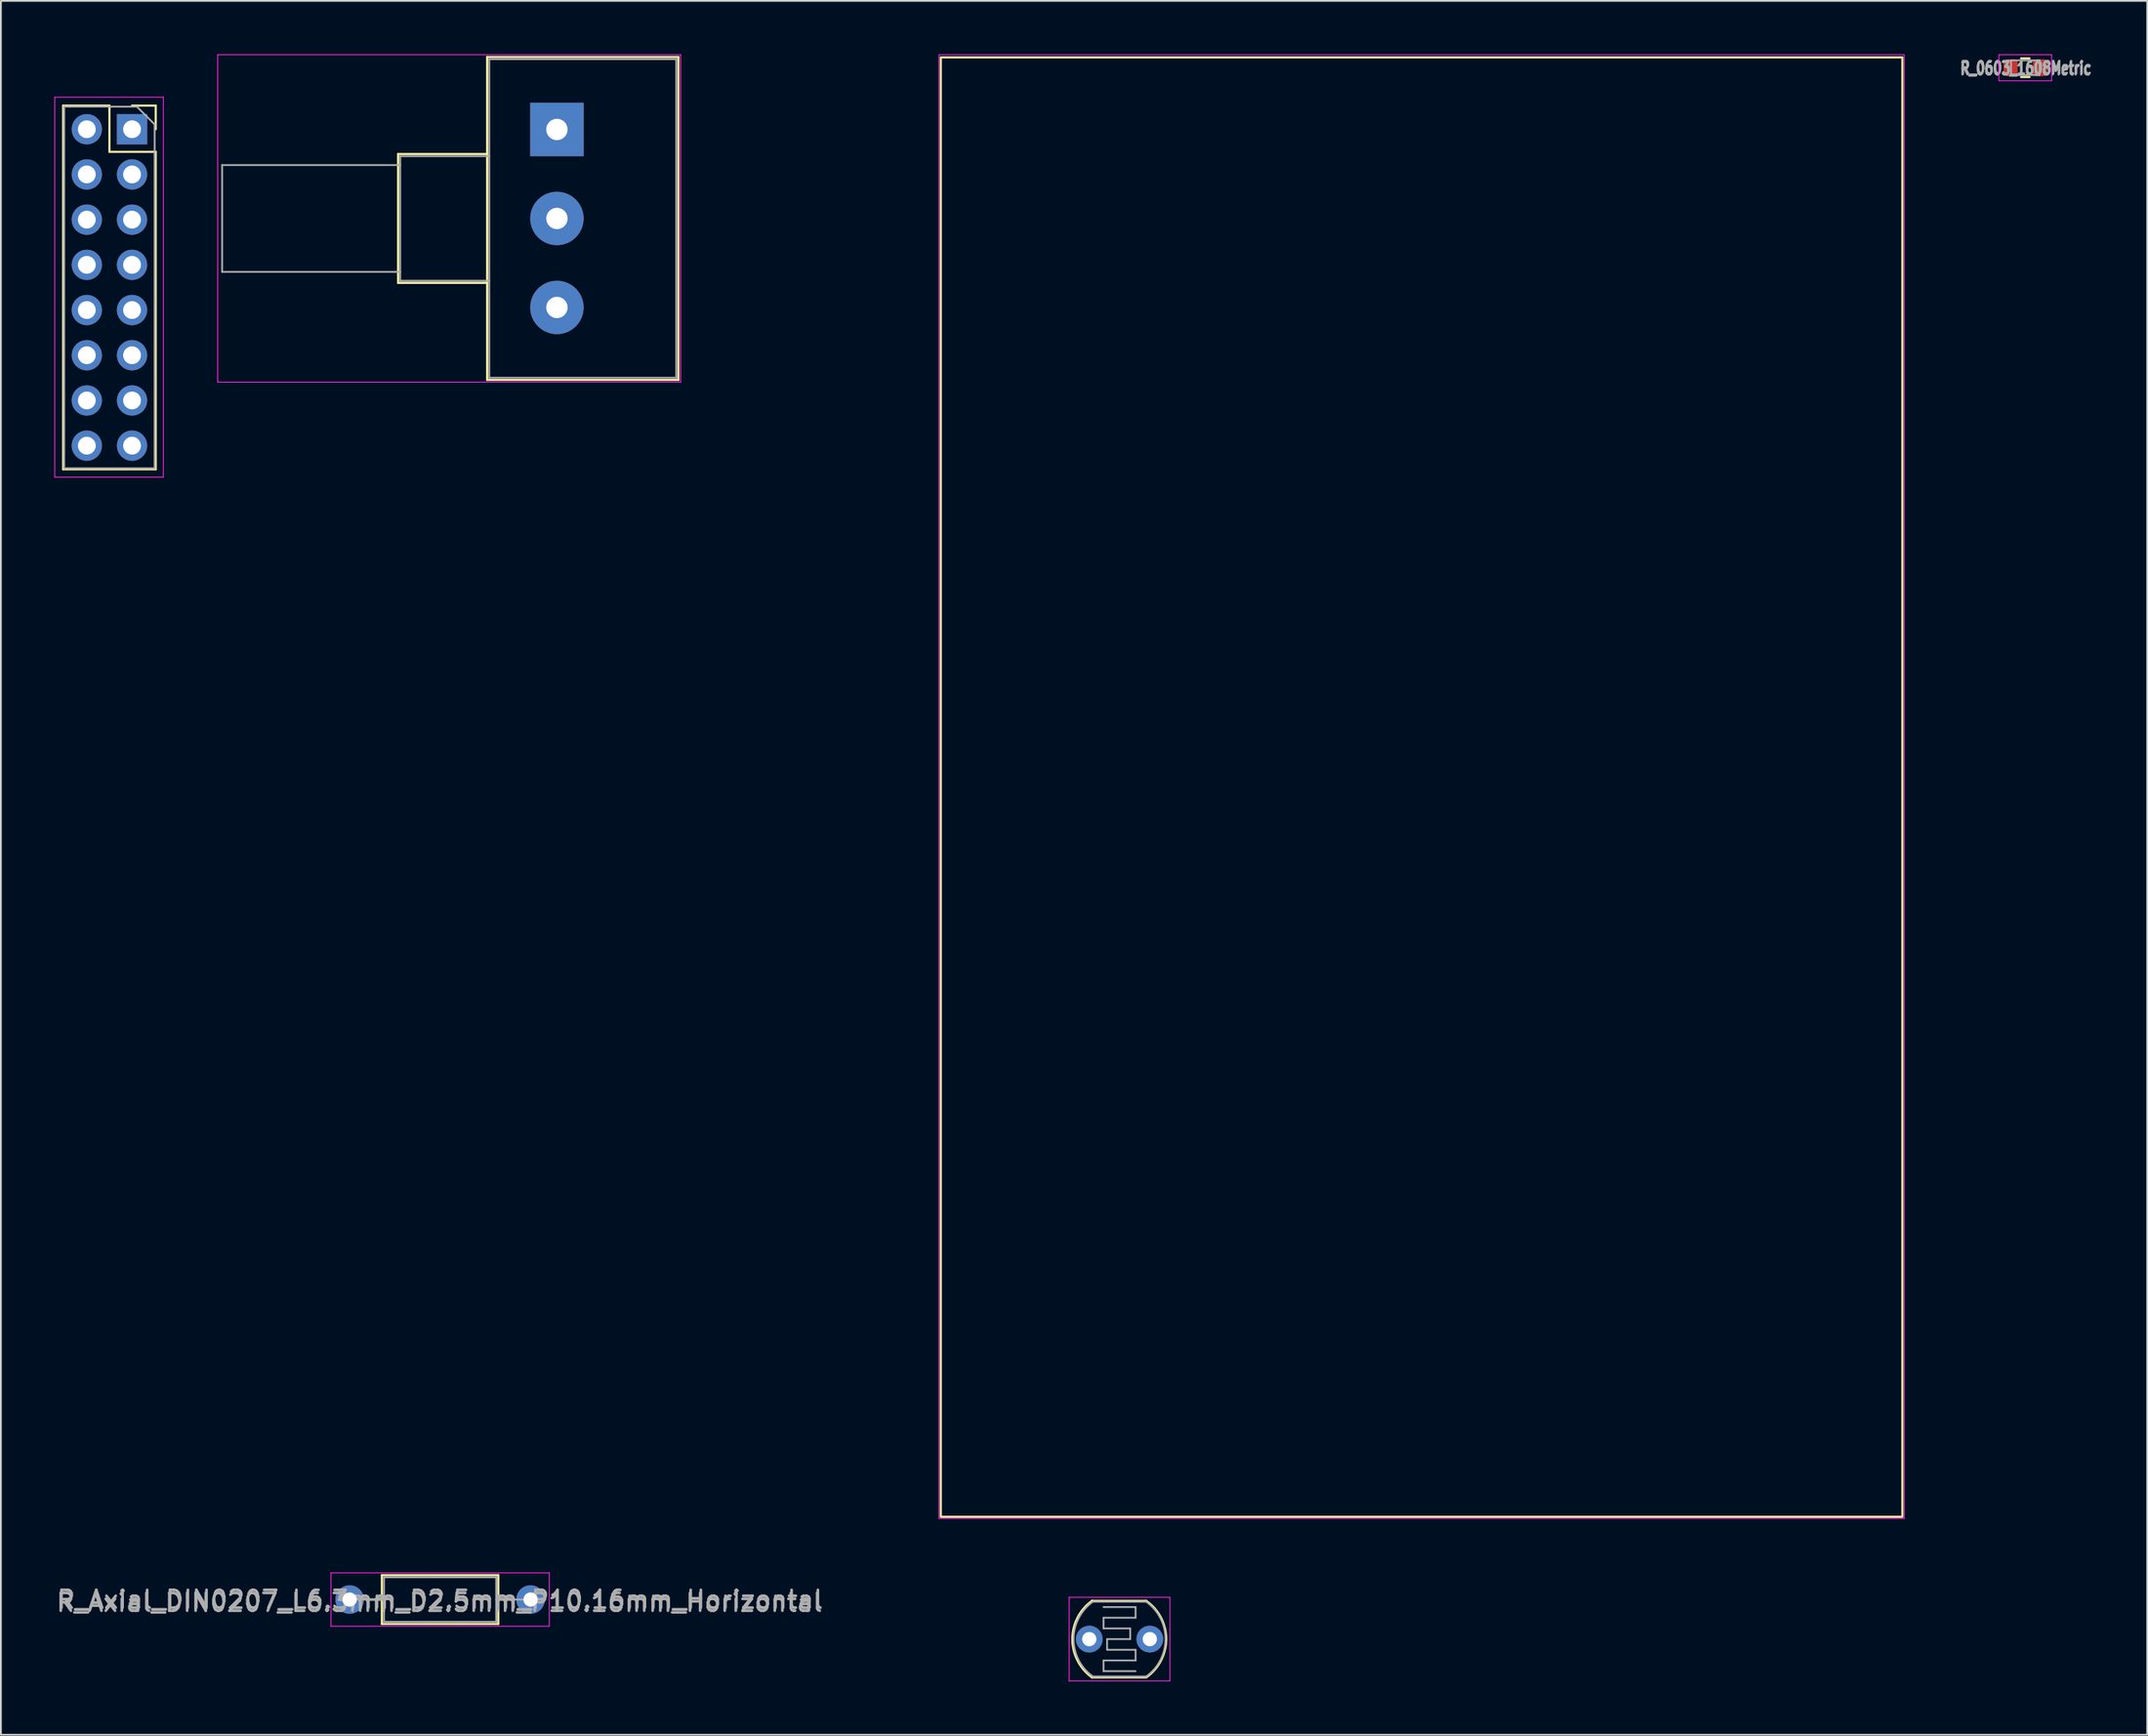
<source format=kicad_pcb>
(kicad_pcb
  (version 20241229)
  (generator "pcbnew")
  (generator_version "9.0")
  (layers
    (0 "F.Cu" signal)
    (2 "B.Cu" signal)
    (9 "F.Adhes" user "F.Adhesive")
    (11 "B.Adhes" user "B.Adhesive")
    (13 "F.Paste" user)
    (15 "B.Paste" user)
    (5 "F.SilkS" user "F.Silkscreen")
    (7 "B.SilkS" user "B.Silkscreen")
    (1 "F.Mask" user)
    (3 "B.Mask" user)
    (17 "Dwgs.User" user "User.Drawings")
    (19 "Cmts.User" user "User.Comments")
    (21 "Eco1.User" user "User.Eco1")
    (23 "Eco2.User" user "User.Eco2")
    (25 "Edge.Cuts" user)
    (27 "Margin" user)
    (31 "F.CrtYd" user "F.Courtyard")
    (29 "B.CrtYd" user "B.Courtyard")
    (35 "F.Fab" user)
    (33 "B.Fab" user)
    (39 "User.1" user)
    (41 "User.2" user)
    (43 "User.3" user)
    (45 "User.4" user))
  (footprint "R_LDR_5.1x4.3mm_P3.4mm_Vertical"
    (layer "F.Cu")
    (at 58.12 89.048)
    (property "Reference" "R_LDR_5.1x4.3mm_P3.4mm_Vertical" (at 1.7 -2.9 0) (layer "User.7") (effects (font (size 1 1) (thickness 0.15))))
    (attr through_hole)
    (fp_line (start 0.15 -2.15) (end 3.2 -2.15) (stroke (width 0.12) (type solid)) (layer "F.SilkS"))
    (fp_line (start 0.15 2.15) (end 3.2 2.15) (stroke (width 0.12) (type solid)) (layer "F.SilkS"))
    (fp_arc (start 0.15 2.15) (mid -0.950438 -0.013368) (end 0.171766 -2.165525) (stroke (width 0.12) (type solid)) (layer "F.SilkS"))
    (fp_arc (start 3.2 -2.15) (mid 4.321403 -0.027338) (end 3.244513 2.118249) (stroke (width 0.12) (type solid)) (layer "F.SilkS"))
    (fp_line (start -1.13 -2.35) (end -1.13 2.35) (stroke (width 0.05) (type solid)) (layer "F.CrtYd"))
    (fp_line (start -1.13 -2.35) (end 4.53 -2.35) (stroke (width 0.05) (type solid)) (layer "F.CrtYd"))
    (fp_line (start 4.53 2.35) (end -1.13 2.35) (stroke (width 0.05) (type solid)) (layer "F.CrtYd"))
    (fp_line (start 4.53 2.35) (end 4.53 -2.35) (stroke (width 0.05) (type solid)) (layer "F.CrtYd"))
    (fp_line (start 0.2 -2.1) (end 3.2 -2.1) (stroke (width 0.1) (type solid)) (layer "F.Fab"))
    (fp_line (start 0.8 -1.8) (end 2.6 -1.8) (stroke (width 0.1) (type solid)) (layer "F.Fab"))
    (fp_line (start 0.8 -1.2) (end 0.8 -0.6) (stroke (width 0.1) (type solid)) (layer "F.Fab"))
    (fp_line (start 0.8 1.2) (end 0.8 1.8) (stroke (width 0.1) (type solid)) (layer "F.Fab"))
    (fp_line (start 0.8 1.8) (end 2.6 1.8) (stroke (width 0.1) (type solid)) (layer "F.Fab"))
    (fp_line (start 1 0) (end 1 0.6) (stroke (width 0.1) (type solid)) (layer "F.Fab"))
    (fp_line (start 1 0) (end 2.3 0) (stroke (width 0.1) (type solid)) (layer "F.Fab"))
    (fp_line (start 2.3 -0.6) (end 0.8 -0.6) (stroke (width 0.1) (type solid)) (layer "F.Fab"))
    (fp_line (start 2.3 0) (end 2.3 -0.6) (stroke (width 0.1) (type solid)) (layer "F.Fab"))
    (fp_line (start 2.6 -1.8) (end 2.6 -1.2) (stroke (width 0.1) (type solid)) (layer "F.Fab"))
    (fp_line (start 2.6 -1.2) (end 0.8 -1.2) (stroke (width 0.1) (type solid)) (layer "F.Fab"))
    (fp_line (start 2.6 0.6) (end 1 0.6) (stroke (width 0.1) (type solid)) (layer "F.Fab"))
    (fp_line (start 2.6 0.6) (end 2.6 1.2) (stroke (width 0.1) (type solid)) (layer "F.Fab"))
    (fp_line (start 2.6 1.2) (end 0.8 1.2) (stroke (width 0.1) (type solid)) (layer "F.Fab"))
    (fp_line (start 3.2 2.1) (end 0.2 2.1) (stroke (width 0.1) (type solid)) (layer "F.Fab"))
    (fp_arc (start 0.2 2.1) (mid -0.880697 -0.001697) (end 0.202763 -2.101971) (stroke (width 0.1) (type solid)) (layer "F.Fab"))
    (fp_arc (start 3.2 -2.1) (mid 4.280697 0.001697) (end 3.197237 2.101971) (stroke (width 0.1) (type solid)) (layer "F.Fab"))
    (fp_text user "${REFERENCE}" (at 1.7 -2.9 0) (layer "User.3") (effects (font (size 1 1) (thickness 0.15))))
    (pad "1" thru_hole circle (at 0 0) (size 1.5 1.5) (drill 0.8) (layers "*.Cu" "*.Mask"))
    (pad "2" thru_hole circle (at 3.4 0) (size 1.5 1.5) (drill 0.8) (layers "*.Cu" "*.Mask")))
  (footprint "Protoboard"
    (layer "F.Cu")
    (at 76.782 41.175)
    (property "Reference" "Protoboard" (at 0 -0.5 0) (unlocked yes) (layer "User.7") (effects (font (size 1 1) (thickness 0.15))))
    (attr smd)
    (fp_rect (start -27 41) (end 27 -41) (stroke (width 0.12) (type default)) (fill no) (layer "F.SilkS"))
    (fp_rect (start -27.1 -41.15) (end 27.1 41.1) (stroke (width 0.05) (type default)) (fill no) (layer "F.CrtYd"))
    (fp_text user "${REFERENCE}" (at 0 2.5 0) (unlocked yes) (layer "User.3") (effects (font (size 1 1) (thickness 0.15)))))
  (footprint "R_Axial_DIN0207_L6.3mm_D2.5mm_P10.16mm_Horizontal"
    (layer "F.Cu")
    (at 16.585 86.825)
    (property "Reference" "R_Axial_DIN0207_L6.3mm_D2.5mm_P10.16mm_Horizontal" (at 5.04 0.17 0) (layer "F.Fab") (effects (font (size 1 1) (thickness 0.15))))
    (attr through_hole)
    (fp_line (start 1.04 0) (end 1.81 0) (stroke (width 0.12) (type solid)) (layer "F.SilkS"))
    (fp_line (start 1.81 -1.37) (end 1.81 1.37) (stroke (width 0.12) (type solid)) (layer "F.SilkS"))
    (fp_line (start 1.81 1.37) (end 8.35 1.37) (stroke (width 0.12) (type solid)) (layer "F.SilkS"))
    (fp_line (start 8.35 -1.37) (end 1.81 -1.37) (stroke (width 0.12) (type solid)) (layer "F.SilkS"))
    (fp_line (start 8.35 1.37) (end 8.35 -1.37) (stroke (width 0.12) (type solid)) (layer "F.SilkS"))
    (fp_line (start 9.12 0) (end 8.35 0) (stroke (width 0.12) (type solid)) (layer "F.SilkS"))
    (fp_line (start -1.05 -1.5) (end -1.05 1.5) (stroke (width 0.05) (type solid)) (layer "F.CrtYd"))
    (fp_line (start -1.05 1.5) (end 11.21 1.5) (stroke (width 0.05) (type solid)) (layer "F.CrtYd"))
    (fp_line (start 11.21 -1.5) (end -1.05 -1.5) (stroke (width 0.05) (type solid)) (layer "F.CrtYd"))
    (fp_line (start 11.21 1.5) (end 11.21 -1.5) (stroke (width 0.05) (type solid)) (layer "F.CrtYd"))
    (fp_line (start 0 0) (end 1.93 0) (stroke (width 0.1) (type solid)) (layer "F.Fab"))
    (fp_line (start 1.93 -1.25) (end 1.93 1.25) (stroke (width 0.1) (type solid)) (layer "F.Fab"))
    (fp_line (start 1.93 1.25) (end 8.23 1.25) (stroke (width 0.1) (type solid)) (layer "F.Fab"))
    (fp_line (start 8.23 -1.25) (end 1.93 -1.25) (stroke (width 0.1) (type solid)) (layer "F.Fab"))
    (fp_line (start 8.23 1.25) (end 8.23 -1.25) (stroke (width 0.1) (type solid)) (layer "F.Fab"))
    (fp_line (start 10.16 0) (end 8.23 0) (stroke (width 0.1) (type solid)) (layer "F.Fab"))
    (fp_text user "${REFERENCE}" (at 5.08 0 0) (layer "F.Fab") (effects (font (size 1 1) (thickness 0.15))))
    (pad "1" thru_hole circle (at 0 0) (size 1.6 1.6) (drill 0.8) (layers "*.Cu" "*.Mask"))
    (pad "2" thru_hole oval (at 10.16 0) (size 1.6 1.6) (drill 0.8) (layers "*.Cu" "*.Mask")))
  (footprint "Potentiometer_Alps_RK163_Single_Horizontal"
    (layer "F.Cu")
    (at 28.225 4.225)
    (property "Reference" "Potentiometer_Alps_RK163_Single_Horizontal" (at 0 15.2 180) (layer "User.7") (effects (font (size 1 1) (thickness 0.15))))
    (attr through_hole)
    (fp_line (start -8.92 8.62) (end -8.92 1.38) (stroke (width 0.12) (type solid)) (layer "F.SilkS"))
    (fp_line (start -3.92 1.38) (end -8.92 1.38) (stroke (width 0.12) (type solid)) (layer "F.SilkS"))
    (fp_line (start -3.92 8.62) (end -8.92 8.62) (stroke (width 0.12) (type solid)) (layer "F.SilkS"))
    (fp_line (start -3.92 14.07) (end -3.92 -4.07) (stroke (width 0.12) (type solid)) (layer "F.SilkS"))
    (fp_line (start 6.82 -4.07) (end -3.92 -4.07) (stroke (width 0.12) (type solid)) (layer "F.SilkS"))
    (fp_line (start 6.82 14.07) (end -3.92 14.07) (stroke (width 0.12) (type solid)) (layer "F.SilkS"))
    (fp_line (start 6.82 14.07) (end 6.82 -4.07) (stroke (width 0.12) (type solid)) (layer "F.SilkS"))
    (fp_line (start -19.05 -4.2) (end -19.05 14.2) (stroke (width 0.05) (type solid)) (layer "F.CrtYd"))
    (fp_line (start -19.05 14.2) (end 6.95 14.2) (stroke (width 0.05) (type solid)) (layer "F.CrtYd"))
    (fp_line (start 6.95 -4.2) (end -19.05 -4.2) (stroke (width 0.05) (type solid)) (layer "F.CrtYd"))
    (fp_line (start 6.95 14.2) (end 6.95 -4.2) (stroke (width 0.05) (type solid)) (layer "F.CrtYd"))
    (fp_line (start -18.8 2) (end -18.8 8) (stroke (width 0.1) (type solid)) (layer "F.Fab"))
    (fp_line (start -18.8 8) (end -8.8 8) (stroke (width 0.1) (type solid)) (layer "F.Fab"))
    (fp_line (start -8.8 1.5) (end -8.8 8.5) (stroke (width 0.1) (type solid)) (layer "F.Fab"))
    (fp_line (start -8.8 2) (end -18.8 2) (stroke (width 0.1) (type solid)) (layer "F.Fab"))
    (fp_line (start -8.8 8.5) (end -3.8 8.5) (stroke (width 0.1) (type solid)) (layer "F.Fab"))
    (fp_line (start -3.8 -3.95) (end -3.8 13.95) (stroke (width 0.1) (type solid)) (layer "F.Fab"))
    (fp_line (start -3.8 1.5) (end -8.8 1.5) (stroke (width 0.1) (type solid)) (layer "F.Fab"))
    (fp_line (start -3.8 13.95) (end 6.7 13.95) (stroke (width 0.1) (type solid)) (layer "F.Fab"))
    (fp_line (start 6.7 -3.95) (end -3.8 -3.95) (stroke (width 0.1) (type solid)) (layer "F.Fab"))
    (fp_line (start 6.7 13.95) (end 6.7 -3.95) (stroke (width 0.1) (type solid)) (layer "F.Fab"))
    (fp_text user "${REFERENCE}" (at 1.45 5 180) (layer "User.3") (effects (font (size 1 1) (thickness 0.15))))
    (pad "1" thru_hole rect (at 0 0 180) (size 3 3) (drill 1.2) (layers "*.Cu" "*.Mask"))
    (pad "2" thru_hole circle (at 0 5 180) (size 3 3) (drill 1.2) (layers "*.Cu" "*.Mask"))
    (pad "3" thru_hole circle (at 0 10 180) (size 3 3) (drill 1.2) (layers "*.Cu" "*.Mask")))
  (footprint "PinSocket_2x08_P2.54mm_Vertical"
    (layer "F.Cu")
    (at 4.365 4.211)
    (property "Reference" "PinSocket_2x08_P2.54mm_Vertical" (at -1.27 -2.77 0) (layer "User.7") (effects (font (size 1 1) (thickness 0.15))))
    (attr through_hole)
    (fp_line (start -3.87 -1.33) (end -3.87 19.11) (stroke (width 0.12) (type solid)) (layer "F.SilkS"))
    (fp_line (start -3.87 -1.33) (end -1.27 -1.33) (stroke (width 0.12) (type solid)) (layer "F.SilkS"))
    (fp_line (start -3.87 19.11) (end 1.33 19.11) (stroke (width 0.12) (type solid)) (layer "F.SilkS"))
    (fp_line (start -1.27 -1.33) (end -1.27 1.27) (stroke (width 0.12) (type solid)) (layer "F.SilkS"))
    (fp_line (start -1.27 1.27) (end 1.33 1.27) (stroke (width 0.12) (type solid)) (layer "F.SilkS"))
    (fp_line (start 0 -1.33) (end 1.33 -1.33) (stroke (width 0.12) (type solid)) (layer "F.SilkS"))
    (fp_line (start 1.33 -1.33) (end 1.33 0) (stroke (width 0.12) (type solid)) (layer "F.SilkS"))
    (fp_line (start 1.33 1.27) (end 1.33 19.11) (stroke (width 0.12) (type solid)) (layer "F.SilkS"))
    (fp_line (start -4.34 -1.8) (end 1.76 -1.8) (stroke (width 0.05) (type solid)) (layer "F.CrtYd"))
    (fp_line (start -4.34 19.55) (end -4.34 -1.8) (stroke (width 0.05) (type solid)) (layer "F.CrtYd"))
    (fp_line (start 1.76 -1.8) (end 1.76 19.55) (stroke (width 0.05) (type solid)) (layer "F.CrtYd"))
    (fp_line (start 1.76 19.55) (end -4.34 19.55) (stroke (width 0.05) (type solid)) (layer "F.CrtYd"))
    (fp_line (start -3.81 -1.27) (end 0.27 -1.27) (stroke (width 0.1) (type solid)) (layer "F.Fab"))
    (fp_line (start -3.81 19.05) (end -3.81 -1.27) (stroke (width 0.1) (type solid)) (layer "F.Fab"))
    (fp_line (start 0.27 -1.27) (end 1.27 -0.27) (stroke (width 0.1) (type solid)) (layer "F.Fab"))
    (fp_line (start 1.27 -0.27) (end 1.27 19.05) (stroke (width 0.1) (type solid)) (layer "F.Fab"))
    (fp_line (start 1.27 19.05) (end -3.81 19.05) (stroke (width 0.1) (type solid)) (layer "F.Fab"))
    (fp_text user "${REFERENCE}" (at -1.27 8.89 270) (layer "User.3") (effects (font (size 1 1) (thickness 0.15))))
    (pad "1" thru_hole rect (at 0 0) (size 1.7 1.7) (drill 1) (layers "*.Cu" "*.Mask"))
    (pad "2" thru_hole oval (at -2.54 0) (size 1.7 1.7) (drill 1) (layers "*.Cu" "*.Mask"))
    (pad "3" thru_hole oval (at 0 2.54) (size 1.7 1.7) (drill 1) (layers "*.Cu" "*.Mask"))
    (pad "4" thru_hole oval (at -2.54 2.54) (size 1.7 1.7) (drill 1) (layers "*.Cu" "*.Mask"))
    (pad "5" thru_hole oval (at 0 5.08) (size 1.7 1.7) (drill 1) (layers "*.Cu" "*.Mask"))
    (pad "6" thru_hole oval (at -2.54 5.08) (size 1.7 1.7) (drill 1) (layers "*.Cu" "*.Mask"))
    (pad "7" thru_hole oval (at 0 7.62) (size 1.7 1.7) (drill 1) (layers "*.Cu" "*.Mask"))
    (pad "8" thru_hole oval (at -2.54 7.62) (size 1.7 1.7) (drill 1) (layers "*.Cu" "*.Mask"))
    (pad "9" thru_hole oval (at 0 10.16) (size 1.7 1.7) (drill 1) (layers "*.Cu" "*.Mask"))
    (pad "10" thru_hole oval (at -2.54 10.16) (size 1.7 1.7) (drill 1) (layers "*.Cu" "*.Mask"))
    (pad "11" thru_hole oval (at 0 12.7) (size 1.7 1.7) (drill 1) (layers "*.Cu" "*.Mask"))
    (pad "12" thru_hole oval (at -2.54 12.7) (size 1.7 1.7) (drill 1) (layers "*.Cu" "*.Mask"))
    (pad "13" thru_hole oval (at 0 15.24) (size 1.7 1.7) (drill 1) (layers "*.Cu" "*.Mask"))
    (pad "14" thru_hole oval (at -2.54 15.24) (size 1.7 1.7) (drill 1) (layers "*.Cu" "*.Mask"))
    (pad "15" thru_hole oval (at 0 17.78) (size 1.7 1.7) (drill 1) (layers "*.Cu" "*.Mask"))
    (pad "16" thru_hole oval (at -2.54 17.78) (size 1.7 1.7) (drill 1) (layers "*.Cu" "*.Mask")))
  (footprint "R_0603_1608Metric"
    (layer "F.Cu")
    (at 110.684 0.755)
    (property "Reference" "R_0603_1608Metric" (at 0.02 0.06 0) (layer "F.Fab") (effects (font (size 0.7 0.5) (thickness 0.12))))
    (attr smd)
    (fp_line (start -0.237 -0.522) (end 0.237 -0.522) (stroke (width 0.12) (type solid)) (layer "F.SilkS"))
    (fp_line (start -0.237 0.522) (end 0.237 0.522) (stroke (width 0.12) (type solid)) (layer "F.SilkS"))
    (fp_line (start -1.48 -0.73) (end 1.48 -0.73) (stroke (width 0.05) (type solid)) (layer "F.CrtYd"))
    (fp_line (start -1.48 0.73) (end -1.48 -0.73) (stroke (width 0.05) (type solid)) (layer "F.CrtYd"))
    (fp_line (start 1.48 -0.73) (end 1.48 0.73) (stroke (width 0.05) (type solid)) (layer "F.CrtYd"))
    (fp_line (start 1.48 0.73) (end -1.48 0.73) (stroke (width 0.05) (type solid)) (layer "F.CrtYd"))
    (fp_line (start -0.8 -0.412) (end 0.8 -0.412) (stroke (width 0.1) (type solid)) (layer "F.Fab"))
    (fp_line (start -0.8 0.412) (end -0.8 -0.412) (stroke (width 0.1) (type solid)) (layer "F.Fab"))
    (fp_line (start 0.8 -0.412) (end 0.8 0.412) (stroke (width 0.1) (type solid)) (layer "F.Fab"))
    (fp_line (start 0.8 0.412) (end -0.8 0.412) (stroke (width 0.1) (type solid)) (layer "F.Fab"))
    (fp_text user "${REFERENCE}" (at 0.05 0 0) (layer "F.Fab") (effects (font (size 0.7 0.5) (thickness 0.12))))
    (pad "1" smd roundrect (at -0.825 0 180) (size 0.8 0.95) (layers "F.Cu" "F.Mask" "F.Paste") (roundrect_rratio 0.25))
    (pad "2" smd roundrect (at 0.825 0 180) (size 0.8 0.95) (layers "F.Cu" "F.Mask" "F.Paste") (roundrect_rratio 0.25)))
  (gr_rect
    (start -3 -3)
    (end 117.53 94.423)
    (stroke (width 0.1) (type default))
    (fill no)
    (layer "Edge.Cuts")))
</source>
